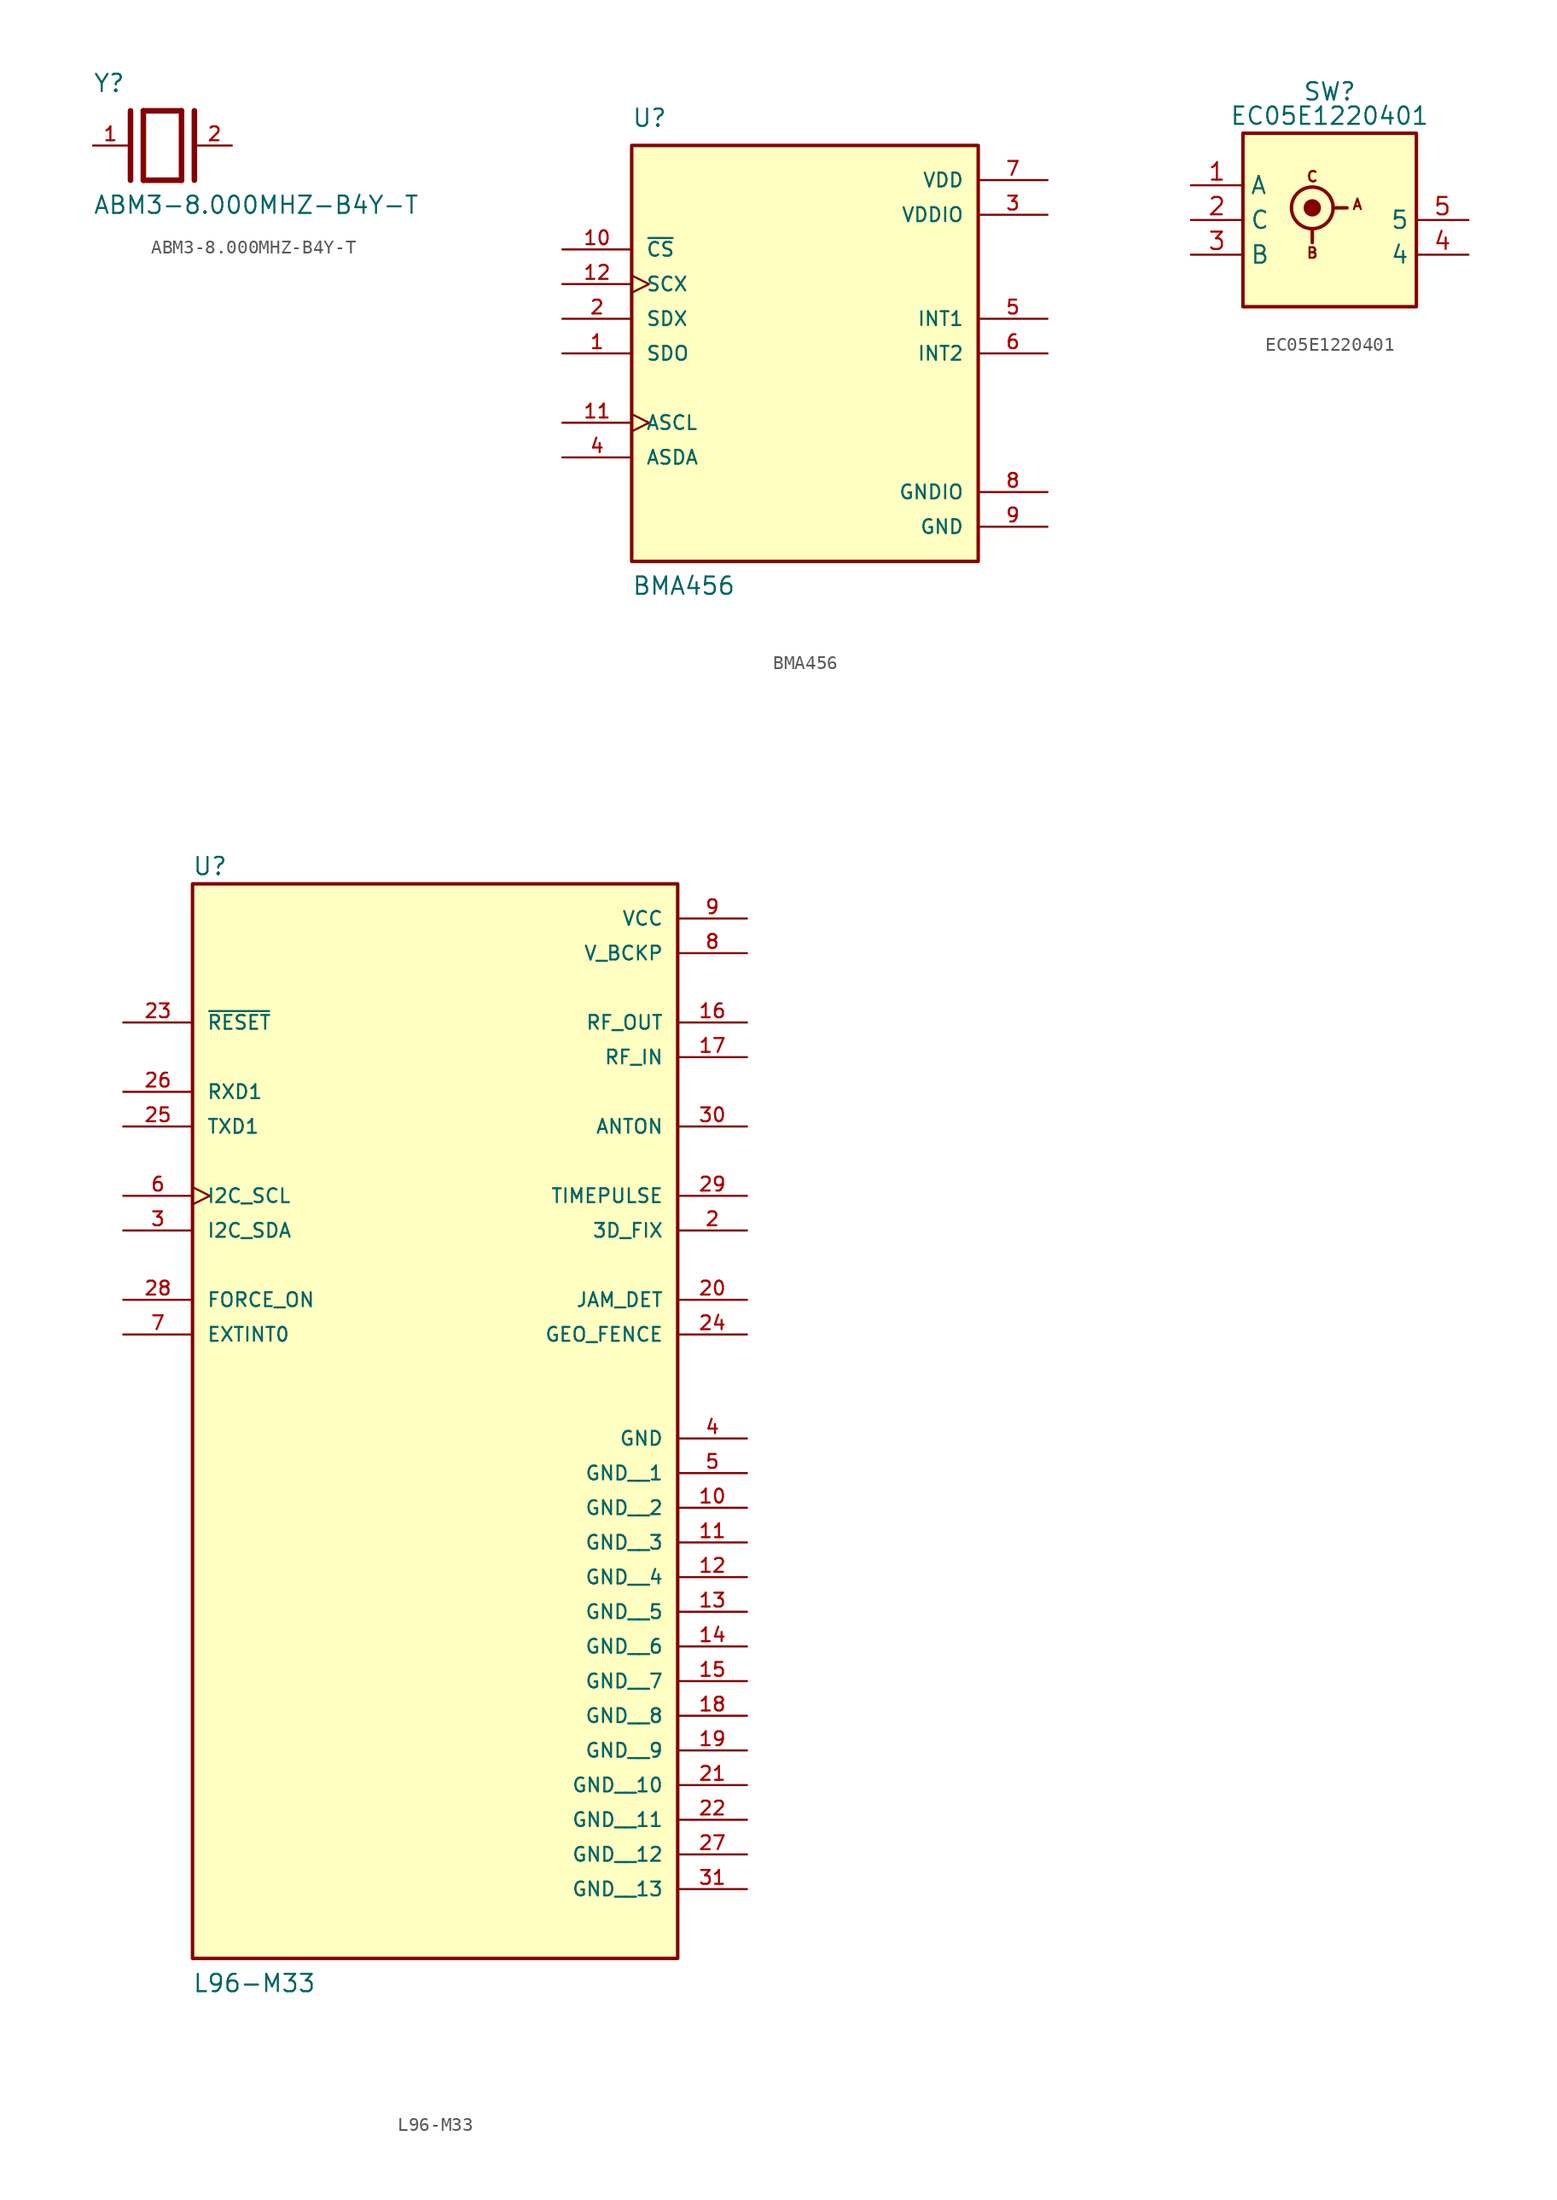
<source format=kicad_sym>
(kicad_symbol_lib
  (version 20241209)
  (generator "kicad_symbol_editor")
  (generator_version "9.0")
  (symbol "ABM3-8.000MHZ-B4Y-T"
    (pin_names
      (offset 1.016))
    (property "Reference" "Y"
      (at -5.088 3.816 0)
      (effects (font (size 1.27 1.27)) (justify left bottom)))
    (property "Value" "ABM3-8.000MHZ-B4Y-T"
      (at -5.094 -5.094 0)
      (effects (font (size 1.27 1.27)) (justify left bottom)))
    (symbol "ABM3-8.000MHZ-B4Y-T_0_0"
      (polyline (pts (xy -2.337 2.54) (xy -2.337 -2.54)) (stroke (width 0.406) (type default)) (fill (type none)))
      (polyline (pts (xy -1.397 2.54) (xy -1.397 -2.54)) (stroke (width 0.406) (type default)) (fill (type none)))
      (polyline (pts (xy -1.397 2.54) (xy 1.397 2.54)) (stroke (width 0.406) (type default)) (fill (type none)))
      (polyline (pts (xy 1.397 2.54) (xy 1.397 -2.54)) (stroke (width 0.406) (type default)) (fill (type none)))
      (polyline (pts (xy 1.397 -2.54) (xy -1.397 -2.54)) (stroke (width 0.406) (type default)) (fill (type none)))
      (polyline (pts (xy 2.337 2.54) (xy 2.337 -2.54)) (stroke (width 0.406) (type default)) (fill (type none)))
      (pin passive line (at -5.08 0 0) (length 2.54) (name "~" (effects (font (size 1.016 1.016)))) (number "1" (effects (font (size 1.016 1.016)))))
      (pin passive line (at 5.08 0 180) (length 2.54) (name "~" (effects (font (size 1.016 1.016)))) (number "2" (effects (font (size 1.016 1.016)))))))
  (symbol "BMA456"
    (pin_names
      (offset 1.016))
    (property "Reference" "U"
      (at -12.7 16.51 0)
      (effects (font (size 1.27 1.27)) (justify left bottom)))
    (property "Value" "BMA456"
      (at -12.7 -17.78 0)
      (effects (font (size 1.27 1.27)) (justify left bottom)))
    (symbol "BMA456_0_0"
      (rectangle (start -12.7 -15.24) (end 12.7 15.24) (stroke (width 0.254) (type default)) (fill (type background)))
      (pin input line (at -17.78 7.62 0) (length 5.08) (name "~{CS}" (effects (font (size 1.016 1.016)))) (number "10" (effects (font (size 1.016 1.016)))))
      (pin input clock (at -17.78 5.08 0) (length 5.08) (name "SCX" (effects (font (size 1.016 1.016)))) (number "12" (effects (font (size 1.016 1.016)))))
      (pin bidirectional line (at -17.78 2.54 0) (length 5.08) (name "SDX" (effects (font (size 1.016 1.016)))) (number "2" (effects (font (size 1.016 1.016)))))
      (pin bidirectional line (at -17.78 0 0) (length 5.08) (name "SDO" (effects (font (size 1.016 1.016)))) (number "1" (effects (font (size 1.016 1.016)))))
      (pin output clock (at -17.78 -5.08 0) (length 5.08) (name "ASCL" (effects (font (size 1.016 1.016)))) (number "11" (effects (font (size 1.016 1.016)))))
      (pin bidirectional line (at -17.78 -7.62 0) (length 5.08) (name "ASDA" (effects (font (size 1.016 1.016)))) (number "4" (effects (font (size 1.016 1.016)))))
      (pin power_in line (at 17.78 12.7 180) (length 5.08) (name "VDD" (effects (font (size 1.016 1.016)))) (number "7" (effects (font (size 1.016 1.016)))))
      (pin power_in line (at 17.78 10.16 180) (length 5.08) (name "VDDIO" (effects (font (size 1.016 1.016)))) (number "3" (effects (font (size 1.016 1.016)))))
      (pin bidirectional line (at 17.78 2.54 180) (length 5.08) (name "INT1" (effects (font (size 1.016 1.016)))) (number "5" (effects (font (size 1.016 1.016)))))
      (pin bidirectional line (at 17.78 0 180) (length 5.08) (name "INT2" (effects (font (size 1.016 1.016)))) (number "6" (effects (font (size 1.016 1.016)))))
      (pin power_in line (at 17.78 -10.16 180) (length 5.08) (name "GNDIO" (effects (font (size 1.016 1.016)))) (number "8" (effects (font (size 1.016 1.016)))))
      (pin power_in line (at 17.78 -12.7 180) (length 5.08) (name "GND" (effects (font (size 1.016 1.016)))) (number "9" (effects (font (size 1.016 1.016)))))))
  (symbol "EC05E1220401"
    (property "Reference" "SW"
      (at 0 9.398 0)
      (effects (font (size 1.27 1.27))))
    (property "Value" "EC05E1220401"
      (at 0 7.62 0)
      (effects (font (size 1.27 1.27))))
    (symbol "EC05E1220401_0_1"
      (rectangle (start -6.35 6.35) (end 6.35 -6.35) (stroke (width 0.254) (type default)) (fill (type background)))
      (circle (center -1.27 0.889) (radius 0.508) (stroke (width 0.254) (type default)) (fill (type outline)))
      (circle (center -1.27 0.889) (radius 1.524) (stroke (width 0.254) (type default)) (fill (type none)))
      (polyline (pts (xy -1.27 -0.635) (xy -1.27 -1.651)) (stroke (width 0.254) (type default)) (fill (type none)))
      (polyline (pts (xy 0.254 0.889) (xy 1.27 0.889)) (stroke (width 0.254) (type default)) (fill (type none)))
      (text "C" (at -1.27 3.175 0) (effects (font (size 0.762 0.762))))
      (text "B" (at -1.27 -2.413 0) (effects (font (size 0.762 0.762))))
      (text "A" (at 2.032 1.143 0) (effects (font (size 0.762 0.762)))))
    (symbol "EC05E1220401_1_1"
      (pin output line (at -10.16 2.54 0) (length 3.81) (name "A" (effects (font (size 1.27 1.27)))) (number "1" (effects (font (size 1.27 1.27)))))
      (pin power_in line (at -10.16 0 0) (length 3.81) (name "C" (effects (font (size 1.27 1.27)))) (number "2" (effects (font (size 1.27 1.27)))))
      (pin output line (at -10.16 -2.54 0) (length 3.81) (name "B" (effects (font (size 1.27 1.27)))) (number "3" (effects (font (size 1.27 1.27)))))
      (pin passive line (at 10.16 0 180) (length 3.81) (name "5" (effects (font (size 1.27 1.27)))) (number "5" (effects (font (size 1.27 1.27)))))
      (pin passive line (at 10.16 -2.54 180) (length 3.81) (name "4" (effects (font (size 1.27 1.27)))) (number "4" (effects (font (size 1.27 1.27)))))))
  (symbol "L96-M33"
    (pin_names
      (offset 1.016))
    (property "Reference" "U"
      (at -17.81 23.404 0)
      (effects (font (size 1.27 1.27)) (justify left bottom)))
    (property "Value" "L96-M33"
      (at -17.797 -58.445 0)
      (effects (font (size 1.27 1.27)) (justify left bottom)))
    (symbol "L96-M33_0_0"
      (rectangle (start -17.78 -55.88) (end 17.78 22.86) (stroke (width 0.254) (type default)) (fill (type background)))
      (pin input line (at -22.86 12.7 0) (length 5.08) (name "~{RESET}" (effects (font (size 1.016 1.016)))) (number "23" (effects (font (size 1.016 1.016)))))
      (pin input line (at -22.86 7.62 0) (length 5.08) (name "RXD1" (effects (font (size 1.016 1.016)))) (number "26" (effects (font (size 1.016 1.016)))))
      (pin output line (at -22.86 5.08 0) (length 5.08) (name "TXD1" (effects (font (size 1.016 1.016)))) (number "25" (effects (font (size 1.016 1.016)))))
      (pin bidirectional clock (at -22.86 0 0) (length 5.08) (name "I2C_SCL" (effects (font (size 1.016 1.016)))) (number "6" (effects (font (size 1.016 1.016)))))
      (pin bidirectional line (at -22.86 -2.54 0) (length 5.08) (name "I2C_SDA" (effects (font (size 1.016 1.016)))) (number "3" (effects (font (size 1.016 1.016)))))
      (pin input line (at -22.86 -7.62 0) (length 5.08) (name "FORCE_ON" (effects (font (size 1.016 1.016)))) (number "28" (effects (font (size 1.016 1.016)))))
      (pin input line (at -22.86 -10.16 0) (length 5.08) (name "EXTINT0" (effects (font (size 1.016 1.016)))) (number "7" (effects (font (size 1.016 1.016)))))
      (pin power_in line (at 22.86 20.32 180) (length 5.08) (name "VCC" (effects (font (size 1.016 1.016)))) (number "9" (effects (font (size 1.016 1.016)))))
      (pin power_in line (at 22.86 17.78 180) (length 5.08) (name "V_BCKP" (effects (font (size 1.016 1.016)))) (number "8" (effects (font (size 1.016 1.016)))))
      (pin output line (at 22.86 12.7 180) (length 5.08) (name "RF_OUT" (effects (font (size 1.016 1.016)))) (number "16" (effects (font (size 1.016 1.016)))))
      (pin input line (at 22.86 10.16 180) (length 5.08) (name "RF_IN" (effects (font (size 1.016 1.016)))) (number "17" (effects (font (size 1.016 1.016)))))
      (pin output line (at 22.86 5.08 180) (length 5.08) (name "ANTON" (effects (font (size 1.016 1.016)))) (number "30" (effects (font (size 1.016 1.016)))))
      (pin output line (at 22.86 0 180) (length 5.08) (name "TIMEPULSE" (effects (font (size 1.016 1.016)))) (number "29" (effects (font (size 1.016 1.016)))))
      (pin output line (at 22.86 -2.54 180) (length 5.08) (name "3D_FIX" (effects (font (size 1.016 1.016)))) (number "2" (effects (font (size 1.016 1.016)))))
      (pin output line (at 22.86 -7.62 180) (length 5.08) (name "JAM_DET" (effects (font (size 1.016 1.016)))) (number "20" (effects (font (size 1.016 1.016)))))
      (pin output line (at 22.86 -10.16 180) (length 5.08) (name "GEO_FENCE" (effects (font (size 1.016 1.016)))) (number "24" (effects (font (size 1.016 1.016)))))
      (pin power_in line (at 22.86 -17.78 180) (length 5.08) (name "GND" (effects (font (size 1.016 1.016)))) (number "4" (effects (font (size 1.016 1.016)))))
      (pin power_in line (at 22.86 -20.32 180) (length 5.08) (name "GND__1" (effects (font (size 1.016 1.016)))) (number "5" (effects (font (size 1.016 1.016)))))
      (pin power_in line (at 22.86 -22.86 180) (length 5.08) (name "GND__2" (effects (font (size 1.016 1.016)))) (number "10" (effects (font (size 1.016 1.016)))))
      (pin power_in line (at 22.86 -25.4 180) (length 5.08) (name "GND__3" (effects (font (size 1.016 1.016)))) (number "11" (effects (font (size 1.016 1.016)))))
      (pin power_in line (at 22.86 -27.94 180) (length 5.08) (name "GND__4" (effects (font (size 1.016 1.016)))) (number "12" (effects (font (size 1.016 1.016)))))
      (pin power_in line (at 22.86 -30.48 180) (length 5.08) (name "GND__5" (effects (font (size 1.016 1.016)))) (number "13" (effects (font (size 1.016 1.016)))))
      (pin power_in line (at 22.86 -33.02 180) (length 5.08) (name "GND__6" (effects (font (size 1.016 1.016)))) (number "14" (effects (font (size 1.016 1.016)))))
      (pin power_in line (at 22.86 -35.56 180) (length 5.08) (name "GND__7" (effects (font (size 1.016 1.016)))) (number "15" (effects (font (size 1.016 1.016)))))
      (pin power_in line (at 22.86 -38.1 180) (length 5.08) (name "GND__8" (effects (font (size 1.016 1.016)))) (number "18" (effects (font (size 1.016 1.016)))))
      (pin power_in line (at 22.86 -40.64 180) (length 5.08) (name "GND__9" (effects (font (size 1.016 1.016)))) (number "19" (effects (font (size 1.016 1.016)))))
      (pin power_in line (at 22.86 -43.18 180) (length 5.08) (name "GND__10" (effects (font (size 1.016 1.016)))) (number "21" (effects (font (size 1.016 1.016)))))
      (pin power_in line (at 22.86 -45.72 180) (length 5.08) (name "GND__11" (effects (font (size 1.016 1.016)))) (number "22" (effects (font (size 1.016 1.016)))))
      (pin power_in line (at 22.86 -48.26 180) (length 5.08) (name "GND__12" (effects (font (size 1.016 1.016)))) (number "27" (effects (font (size 1.016 1.016)))))
      (pin power_in line (at 22.86 -50.8 180) (length 5.08) (name "GND__13" (effects (font (size 1.016 1.016)))) (number "31" (effects (font (size 1.016 1.016))))))))
</source>
